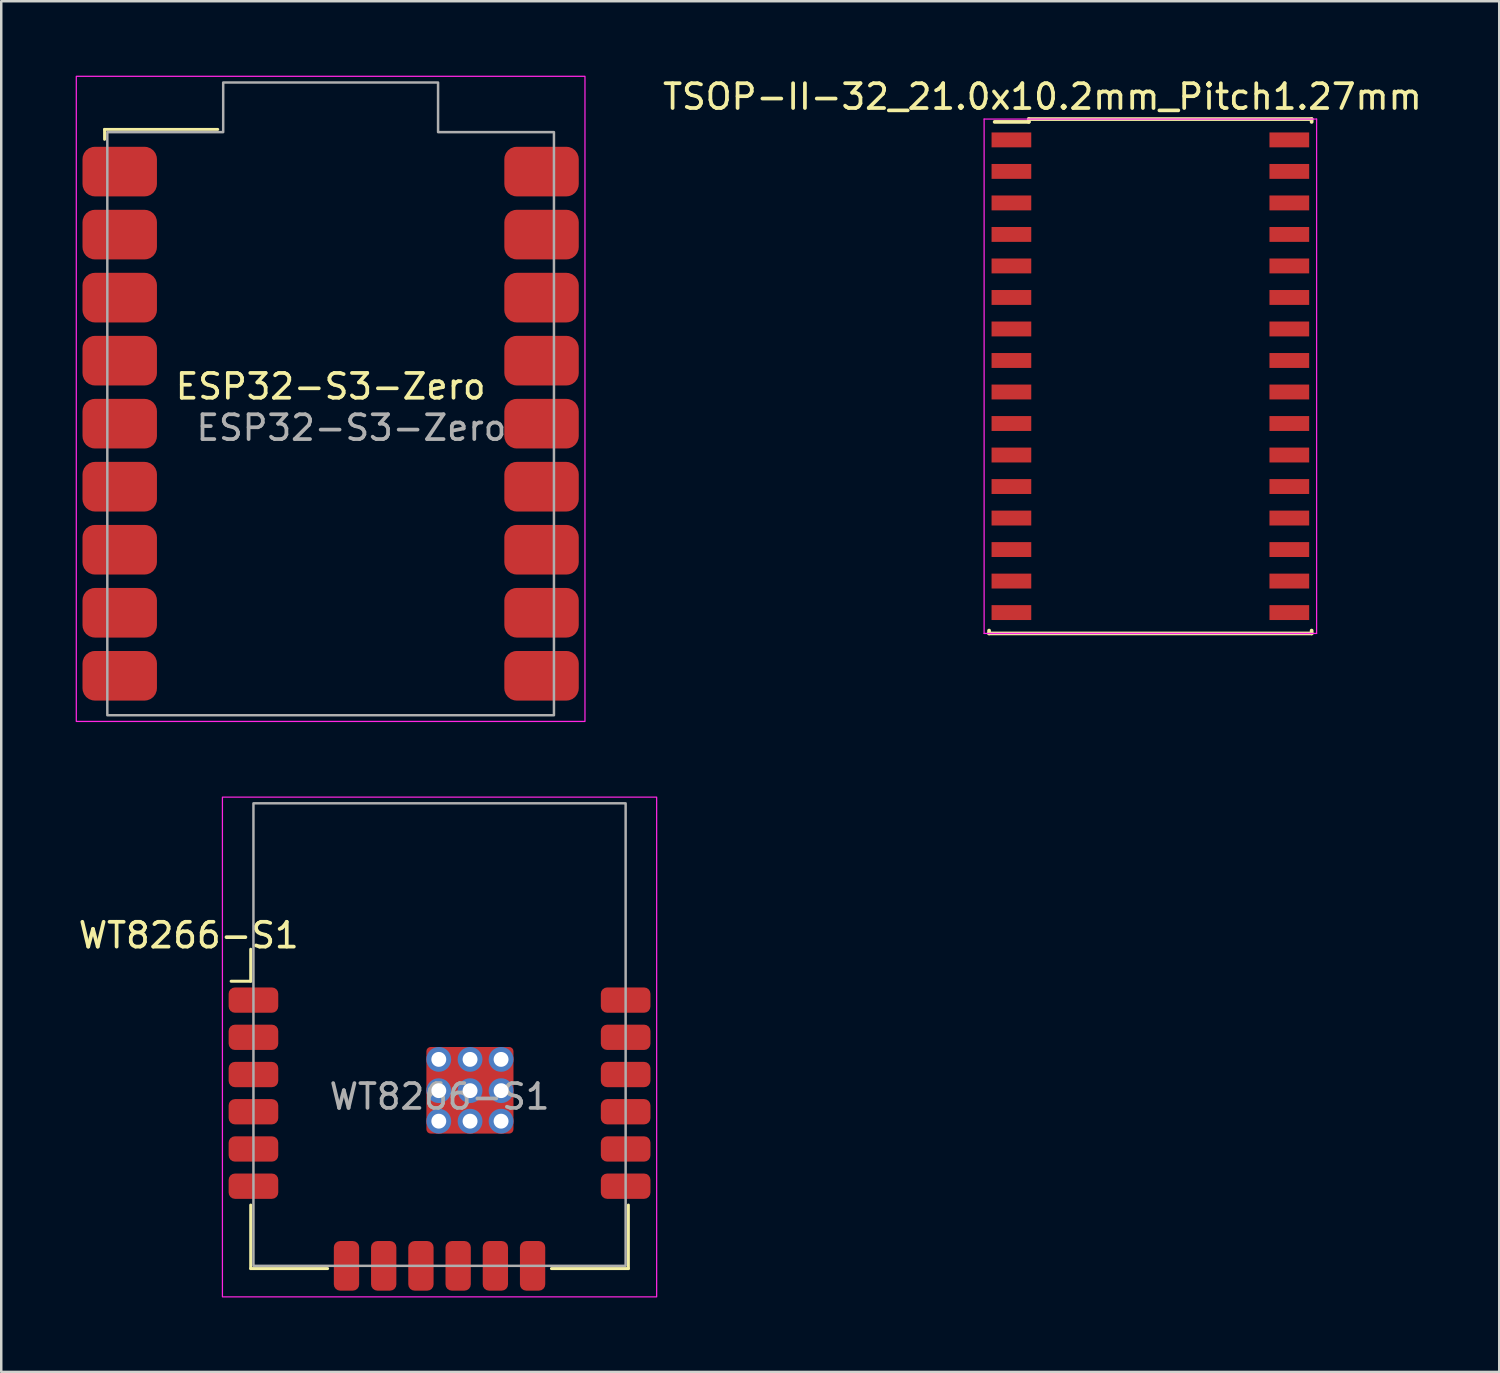
<source format=kicad_pcb>
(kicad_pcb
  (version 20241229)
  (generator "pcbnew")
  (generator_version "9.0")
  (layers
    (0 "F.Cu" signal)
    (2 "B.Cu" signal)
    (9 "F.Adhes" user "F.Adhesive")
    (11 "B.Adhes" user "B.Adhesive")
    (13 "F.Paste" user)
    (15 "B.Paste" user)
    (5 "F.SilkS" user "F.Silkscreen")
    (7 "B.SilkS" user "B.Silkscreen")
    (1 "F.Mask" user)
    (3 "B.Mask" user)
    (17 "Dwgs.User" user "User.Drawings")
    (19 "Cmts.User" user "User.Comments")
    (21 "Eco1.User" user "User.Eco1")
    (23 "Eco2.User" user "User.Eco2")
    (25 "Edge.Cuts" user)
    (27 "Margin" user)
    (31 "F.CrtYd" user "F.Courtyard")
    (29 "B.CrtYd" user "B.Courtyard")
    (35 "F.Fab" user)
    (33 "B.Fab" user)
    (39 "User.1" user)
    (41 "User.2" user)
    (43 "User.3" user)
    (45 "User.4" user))
  (footprint "ESP32-S3-Zero"
    (layer "F.Cu")
    (at 10.275 14.025)
    (property "Reference" "ESP32-S3-Zero" (at 0 -1.5 0) (unlocked yes) (layer "F.SilkS") (effects (font (size 1 1) (thickness 0.15))))
    (attr smd)
    (fp_line (start -9.11 -11.86) (end -9.11 -11.46) (stroke (width 0.12) (type default)) (layer "F.SilkS"))
    (fp_line (start -9.11 -11.86) (end -4.55 -11.86) (stroke (width 0.12) (type default)) (layer "F.SilkS"))
    (fp_rect (start -10.25 -14) (end 10.25 12) (stroke (width 0.05) (type default)) (fill no) (layer "F.CrtYd"))
    (fp_poly (pts (xy -4.33 -13.75) (xy 4.33 -13.75) (xy 4.33 -11.75) (xy 9 -11.75) (xy 9 11.75) (xy -9 11.75) (xy -9 -11.75) (xy -4.33 -11.75)) (stroke (width 0.1) (type solid)) (fill no) (layer "F.Fab"))
    (fp_text user "${REFERENCE}" (at -5.5 0.75 0) (unlocked yes) (layer "F.Fab") (effects (font (size 1 1) (thickness 0.15)) (justify left bottom)))
    (fp_text user "ANTENNA" (at -5.5 11 0) (unlocked yes) (layer "User.1") (effects (font (size 1 1) (thickness 0.15)) (justify left bottom)))
    (pad "1" smd roundrect (at -8.5 -10.16) (size 3 2) (layers "F.Cu" "F.Mask" "F.Paste") (roundrect_rratio 0.25))
    (pad "2" smd roundrect (at -8.5 -7.62) (size 3 2) (layers "F.Cu" "F.Mask" "F.Paste") (roundrect_rratio 0.25))
    (pad "3" smd roundrect (at -8.5 -5.08) (size 3 2) (layers "F.Cu" "F.Mask" "F.Paste") (roundrect_rratio 0.25))
    (pad "4" smd roundrect (at -8.5 -2.54) (size 3 2) (layers "F.Cu" "F.Mask" "F.Paste") (roundrect_rratio 0.25))
    (pad "5" smd roundrect (at -8.5 0) (size 3 2) (layers "F.Cu" "F.Mask" "F.Paste") (roundrect_rratio 0.25))
    (pad "6" smd roundrect (at -8.5 2.54) (size 3 2) (layers "F.Cu" "F.Mask" "F.Paste") (roundrect_rratio 0.25))
    (pad "7" smd roundrect (at -8.5 5.08) (size 3 2) (layers "F.Cu" "F.Mask" "F.Paste") (roundrect_rratio 0.25))
    (pad "8" smd roundrect (at -8.5 7.62) (size 3 2) (layers "F.Cu" "F.Mask" "F.Paste") (roundrect_rratio 0.25))
    (pad "9" smd roundrect (at -8.5 10.16) (size 3 2) (layers "F.Cu" "F.Mask" "F.Paste") (roundrect_rratio 0.25))
    (pad "10" smd roundrect (at 8.5 10.16) (size 3 2) (layers "F.Cu" "F.Mask" "F.Paste") (roundrect_rratio 0.25))
    (pad "11" smd roundrect (at 8.5 7.62) (size 3 2) (layers "F.Cu" "F.Mask" "F.Paste") (roundrect_rratio 0.25))
    (pad "12" smd roundrect (at 8.5 5.08) (size 3 2) (layers "F.Cu" "F.Mask" "F.Paste") (roundrect_rratio 0.25))
    (pad "13" smd roundrect (at 8.5 2.54) (size 3 2) (layers "F.Cu" "F.Mask" "F.Paste") (roundrect_rratio 0.25))
    (pad "14" smd roundrect (at 8.5 0) (size 3 2) (layers "F.Cu" "F.Mask" "F.Paste") (roundrect_rratio 0.25))
    (pad "15" smd roundrect (at 8.5 -2.54) (size 3 2) (layers "F.Cu" "F.Mask" "F.Paste") (roundrect_rratio 0.25))
    (pad "16" smd roundrect (at 8.5 -5.08) (size 3 2) (layers "F.Cu" "F.Mask" "F.Paste") (roundrect_rratio 0.25))
    (pad "17" smd roundrect (at 8.5 -7.62) (size 3 2) (layers "F.Cu" "F.Mask" "F.Paste") (roundrect_rratio 0.25))
    (pad "18" smd roundrect (at 8.5 -10.16) (size 3 2) (layers "F.Cu" "F.Mask" "F.Paste") (roundrect_rratio 0.25))
    (zone (net_name "") (layers "F.Cu" "B.Cu" "Cmts.User") (hatch edge 0.5) (connect_pads) (min_thickness 0.25) (filled_areas_thickness no) (keepout (tracks not_allowed) (vias not_allowed) (pads not_allowed) (copperpour not_allowed) (footprints not_allowed)) (placement (enabled no)) (fill) (polygon (pts (xy 3.775 22.775) (xy 3.775 25.775) (xy 12.025 25.775) (xy 12.025 22.775)))))
  (footprint "WT8266-S1"
    (layer "F.Cu")
    (at 14.664 38.645)
    (property "Reference" "WT8266-S1" (at -10.11 -4 0) (unlocked yes) (layer "F.SilkS") (effects (font (size 1 1) (thickness 0.15))))
    (attr smd)
    (fp_line (start -7.61 -3.44) (end -7.61 -2.15) (stroke (width 0.12) (type default)) (layer "F.SilkS"))
    (fp_line (start -7.61 -2.15) (end -8.4 -2.15) (stroke (width 0.12) (type default)) (layer "F.SilkS"))
    (fp_line (start -7.61 6.87) (end -7.61 9.43) (stroke (width 0.12) (type default)) (layer "F.SilkS"))
    (fp_line (start -7.61 9.43) (end -4.51 9.43) (stroke (width 0.12) (type default)) (layer "F.SilkS"))
    (fp_line (start 4.51 9.43) (end 7.61 9.43) (stroke (width 0.12) (type default)) (layer "F.SilkS"))
    (fp_line (start 7.61 9.43) (end 7.61 6.87) (stroke (width 0.12) (type default)) (layer "F.SilkS"))
    (fp_rect (start -8.75 -9.57) (end 8.75 10.57) (stroke (width 0.05) (type default)) (fill no) (layer "F.CrtYd"))
    (fp_rect (start -7.5 -9.32) (end 7.5 9.32) (stroke (width 0.1) (type default)) (fill no) (layer "F.Fab"))
    (fp_text user "${REFERENCE}" (at 0 2.5 0) (unlocked yes) (layer "F.Fab") (effects (font (size 1 1) (thickness 0.15))))
    (fp_text user "ANTENNA" (at -3.15 -3.73 0) (unlocked yes) (layer "User.1") (effects (font (size 1 1) (thickness 0.15)) (justify left bottom)))
    (fp_text user "KEEP OUT ZONE" (at -6.06 -6.51 0) (unlocked yes) (layer "User.1") (effects (font (size 1 1) (thickness 0.15)) (justify left bottom)))
    (pad "1" smd roundrect (at -7.5 -1.39) (size 2 1.02) (layers "F.Cu" "F.Mask" "F.Paste") (roundrect_rratio 0.25))
    (pad "2" smd roundrect (at -7.5 0.11) (size 2 1.02) (layers "F.Cu" "F.Mask" "F.Paste") (roundrect_rratio 0.25))
    (pad "3" smd roundrect (at -7.5 1.61) (size 2 1.02) (layers "F.Cu" "F.Mask" "F.Paste") (roundrect_rratio 0.25))
    (pad "4" smd roundrect (at -7.5 3.11) (size 2 1.02) (layers "F.Cu" "F.Mask" "F.Paste") (roundrect_rratio 0.25))
    (pad "5" smd roundrect (at -7.5 4.61) (size 2 1.02) (layers "F.Cu" "F.Mask" "F.Paste") (roundrect_rratio 0.25))
    (pad "6" smd roundrect (at -7.5 6.11) (size 2 1.02) (layers "F.Cu" "F.Mask" "F.Paste") (roundrect_rratio 0.25))
    (pad "7" smd roundrect (at -3.75 9.32) (size 1.02 2) (layers "F.Cu" "F.Mask" "F.Paste") (roundrect_rratio 0.25))
    (pad "8" smd roundrect (at -2.25 9.32) (size 1.02 2) (layers "F.Cu" "F.Mask" "F.Paste") (roundrect_rratio 0.25))
    (pad "9" smd roundrect (at -0.75 9.32) (size 1.02 2) (layers "F.Cu" "F.Mask" "F.Paste") (roundrect_rratio 0.25))
    (pad "10" smd roundrect (at 0.75 9.32) (size 1.02 2) (layers "F.Cu" "F.Mask" "F.Paste") (roundrect_rratio 0.25))
    (pad "11" smd roundrect (at 2.25 9.32) (size 1.02 2) (layers "F.Cu" "F.Mask" "F.Paste") (roundrect_rratio 0.25))
    (pad "12" smd roundrect (at 3.75 9.32) (size 1.02 2) (layers "F.Cu" "F.Mask" "F.Paste") (roundrect_rratio 0.25))
    (pad "13" smd roundrect (at 7.5 6.11) (size 2 1.02) (layers "F.Cu" "F.Mask" "F.Paste") (roundrect_rratio 0.25))
    (pad "14" smd roundrect (at 7.5 4.61) (size 2 1.02) (layers "F.Cu" "F.Mask" "F.Paste") (roundrect_rratio 0.25))
    (pad "15" smd roundrect (at 7.5 3.11) (size 2 1.02) (layers "F.Cu" "F.Mask" "F.Paste") (roundrect_rratio 0.25))
    (pad "16" smd roundrect (at 7.5 1.61) (size 2 1.02) (layers "F.Cu" "F.Mask" "F.Paste") (roundrect_rratio 0.25))
    (pad "17" smd roundrect (at 7.5 0.11) (size 2 1.02) (layers "F.Cu" "F.Mask" "F.Paste") (roundrect_rratio 0.25))
    (pad "18" smd roundrect (at 7.5 -1.39) (size 2 1.02) (layers "F.Cu" "F.Mask" "F.Paste") (roundrect_rratio 0.25))
    (pad "19" thru_hole circle (at -0.03 1) (size 1 1) (drill 0.6) (layers "*.Cu" "*.Mask"))
    (pad "19" thru_hole circle (at -0.03 2.26) (size 1 1) (drill 0.6) (layers "*.Cu" "*.Mask"))
    (pad "19" thru_hole circle (at -0.03 3.49) (size 1 1) (drill 0.6) (layers "*.Cu" "*.Mask"))
    (pad "19" smd roundrect (at 1.225 2.245) (size 3.51 3.49) (layers "F.Cu" "F.Mask" "F.Paste") (roundrect_rratio 0.05))
    (pad "19" thru_hole circle (at 1.23 1) (size 1 1) (drill 0.6) (layers "*.Cu" "*.Mask"))
    (pad "19" thru_hole circle (at 1.23 2.26) (size 1 1) (drill 0.6) (layers "*.Cu" "*.Mask"))
    (pad "19" thru_hole circle (at 1.23 3.49) (size 1 1) (drill 0.6) (layers "*.Cu" "*.Mask"))
    (pad "19" thru_hole circle (at 2.48 1) (size 1 1) (drill 0.6) (layers "*.Cu" "*.Mask"))
    (pad "19" thru_hole circle (at 2.48 2.26) (size 1 1) (drill 0.6) (layers "*.Cu" "*.Mask"))
    (pad "19" thru_hole circle (at 2.48 3.49) (size 1 1) (drill 0.6) (layers "*.Cu" "*.Mask"))
    (zone (net_name "") (layers "F.Cu" "B.Cu") (hatch full 0.5) (connect_pads) (min_thickness 0.25) (filled_areas_thickness no) (keepout (tracks not_allowed) (vias not_allowed) (pads not_allowed) (copperpour not_allowed) (footprints not_allowed)) (placement (enabled no)) (fill) (polygon (pts (xy 5.914 29.075) (xy 23.414 29.075) (xy 23.404 36.445) (xy 5.914 36.445)))))
  (footprint "TSOP-II-32_21.0x10.2mm_Pitch1.27mm"
    (layer "F.Cu")
    (at 43.311 6.398)
    (property "Reference" "TSOP-II-32_21.0x10.2mm_Pitch1.27mm" (at -4.35 -5.55 0) (layer "F.SilkS") (effects (font (size 1 1) (thickness 0.15))))
    (attr smd)
    (fp_line (start -6.5 16.08) (end -6.5 15.965) (stroke (width 0.15) (type solid)) (layer "F.SilkS"))
    (fp_line (start -6.5 16.08) (end 6.5 16.08) (stroke (width 0.15) (type solid)) (layer "F.SilkS"))
    (fp_line (start -4.9 -4.65) (end -4.9 -4.535) (stroke (width 0.15) (type solid)) (layer "F.SilkS"))
    (fp_line (start -4.9 -4.65) (end 6.5 -4.65) (stroke (width 0.15) (type solid)) (layer "F.SilkS"))
    (fp_line (start -4.9 -4.535) (end -6.275 -4.535) (stroke (width 0.15) (type solid)) (layer "F.SilkS"))
    (fp_line (start 6.5 -4.65) (end 6.5 -4.535) (stroke (width 0.15) (type solid)) (layer "F.SilkS"))
    (fp_line (start 6.5 16.08) (end 6.5 15.965) (stroke (width 0.15) (type solid)) (layer "F.SilkS"))
    (fp_line (start -6.7 -4.65) (end -6.7 16.08) (stroke (width 0.05) (type solid)) (layer "F.CrtYd"))
    (fp_line (start -6.7 -4.65) (end 6.7 -4.65) (stroke (width 0.05) (type solid)) (layer "F.CrtYd"))
    (fp_line (start -6.7 16.08) (end 6.7 16.08) (stroke (width 0.05) (type solid)) (layer "F.CrtYd"))
    (fp_line (start 6.7 -4.65) (end 6.7 16.08) (stroke (width 0.05) (type solid)) (layer "F.CrtYd"))
    (pad "1" smd rect (at -5.6 -3.81) (size 1.6 0.6) (layers "F.Cu" "F.Mask" "F.Paste"))
    (pad "2" smd rect (at -5.6 -2.54) (size 1.6 0.6) (layers "F.Cu" "F.Mask" "F.Paste"))
    (pad "3" smd rect (at -5.6 -1.27) (size 1.6 0.6) (layers "F.Cu" "F.Mask" "F.Paste"))
    (pad "4" smd rect (at -5.6 0) (size 1.6 0.6) (layers "F.Cu" "F.Mask" "F.Paste"))
    (pad "5" smd rect (at -5.6 1.27) (size 1.6 0.6) (layers "F.Cu" "F.Mask" "F.Paste"))
    (pad "6" smd rect (at -5.6 2.54) (size 1.6 0.6) (layers "F.Cu" "F.Mask" "F.Paste"))
    (pad "7" smd rect (at -5.6 3.81) (size 1.6 0.6) (layers "F.Cu" "F.Mask" "F.Paste"))
    (pad "8" smd rect (at -5.6 5.08) (size 1.6 0.6) (layers "F.Cu" "F.Mask" "F.Paste"))
    (pad "9" smd rect (at -5.6 6.35) (size 1.6 0.6) (layers "F.Cu" "F.Mask" "F.Paste"))
    (pad "10" smd rect (at -5.6 7.62) (size 1.6 0.6) (layers "F.Cu" "F.Mask" "F.Paste"))
    (pad "11" smd rect (at -5.6 8.89) (size 1.6 0.6) (layers "F.Cu" "F.Mask" "F.Paste"))
    (pad "12" smd rect (at -5.6 10.16) (size 1.6 0.6) (layers "F.Cu" "F.Mask" "F.Paste"))
    (pad "13" smd rect (at -5.6 11.43) (size 1.6 0.6) (layers "F.Cu" "F.Mask" "F.Paste"))
    (pad "14" smd rect (at -5.6 12.7) (size 1.6 0.6) (layers "F.Cu" "F.Mask" "F.Paste"))
    (pad "15" smd rect (at -5.6 13.97) (size 1.6 0.6) (layers "F.Cu" "F.Mask" "F.Paste"))
    (pad "16" smd rect (at -5.6 15.24) (size 1.6 0.6) (layers "F.Cu" "F.Mask" "F.Paste"))
    (pad "17" smd rect (at 5.6 15.24) (size 1.6 0.6) (layers "F.Cu" "F.Mask" "F.Paste"))
    (pad "18" smd rect (at 5.6 13.97) (size 1.6 0.6) (layers "F.Cu" "F.Mask" "F.Paste"))
    (pad "19" smd rect (at 5.6 12.7) (size 1.6 0.6) (layers "F.Cu" "F.Mask" "F.Paste"))
    (pad "20" smd rect (at 5.6 11.43) (size 1.6 0.6) (layers "F.Cu" "F.Mask" "F.Paste"))
    (pad "21" smd rect (at 5.6 10.16) (size 1.6 0.6) (layers "F.Cu" "F.Mask" "F.Paste"))
    (pad "22" smd rect (at 5.6 8.89) (size 1.6 0.6) (layers "F.Cu" "F.Mask" "F.Paste"))
    (pad "23" smd rect (at 5.6 7.62) (size 1.6 0.6) (layers "F.Cu" "F.Mask" "F.Paste"))
    (pad "24" smd rect (at 5.6 6.35) (size 1.6 0.6) (layers "F.Cu" "F.Mask" "F.Paste"))
    (pad "25" smd rect (at 5.6 5.08) (size 1.6 0.6) (layers "F.Cu" "F.Mask" "F.Paste"))
    (pad "26" smd rect (at 5.6 3.81) (size 1.6 0.6) (layers "F.Cu" "F.Mask" "F.Paste"))
    (pad "27" smd rect (at 5.6 2.54) (size 1.6 0.6) (layers "F.Cu" "F.Mask" "F.Paste"))
    (pad "28" smd rect (at 5.6 1.27) (size 1.6 0.6) (layers "F.Cu" "F.Mask" "F.Paste"))
    (pad "29" smd rect (at 5.6 0) (size 1.6 0.6) (layers "F.Cu" "F.Mask" "F.Paste"))
    (pad "30" smd rect (at 5.6 -1.27) (size 1.6 0.6) (layers "F.Cu" "F.Mask" "F.Paste"))
    (pad "31" smd rect (at 5.6 -2.54) (size 1.6 0.6) (layers "F.Cu" "F.Mask" "F.Paste"))
    (pad "32" smd rect (at 5.6 -3.81) (size 1.6 0.6) (layers "F.Cu" "F.Mask" "F.Paste")))
  (gr_rect
    (start -3 -3)
    (end 57.371 52.24)
    (stroke (width 0.1) (type default))
    (fill no)
    (layer "Edge.Cuts")))
</source>
